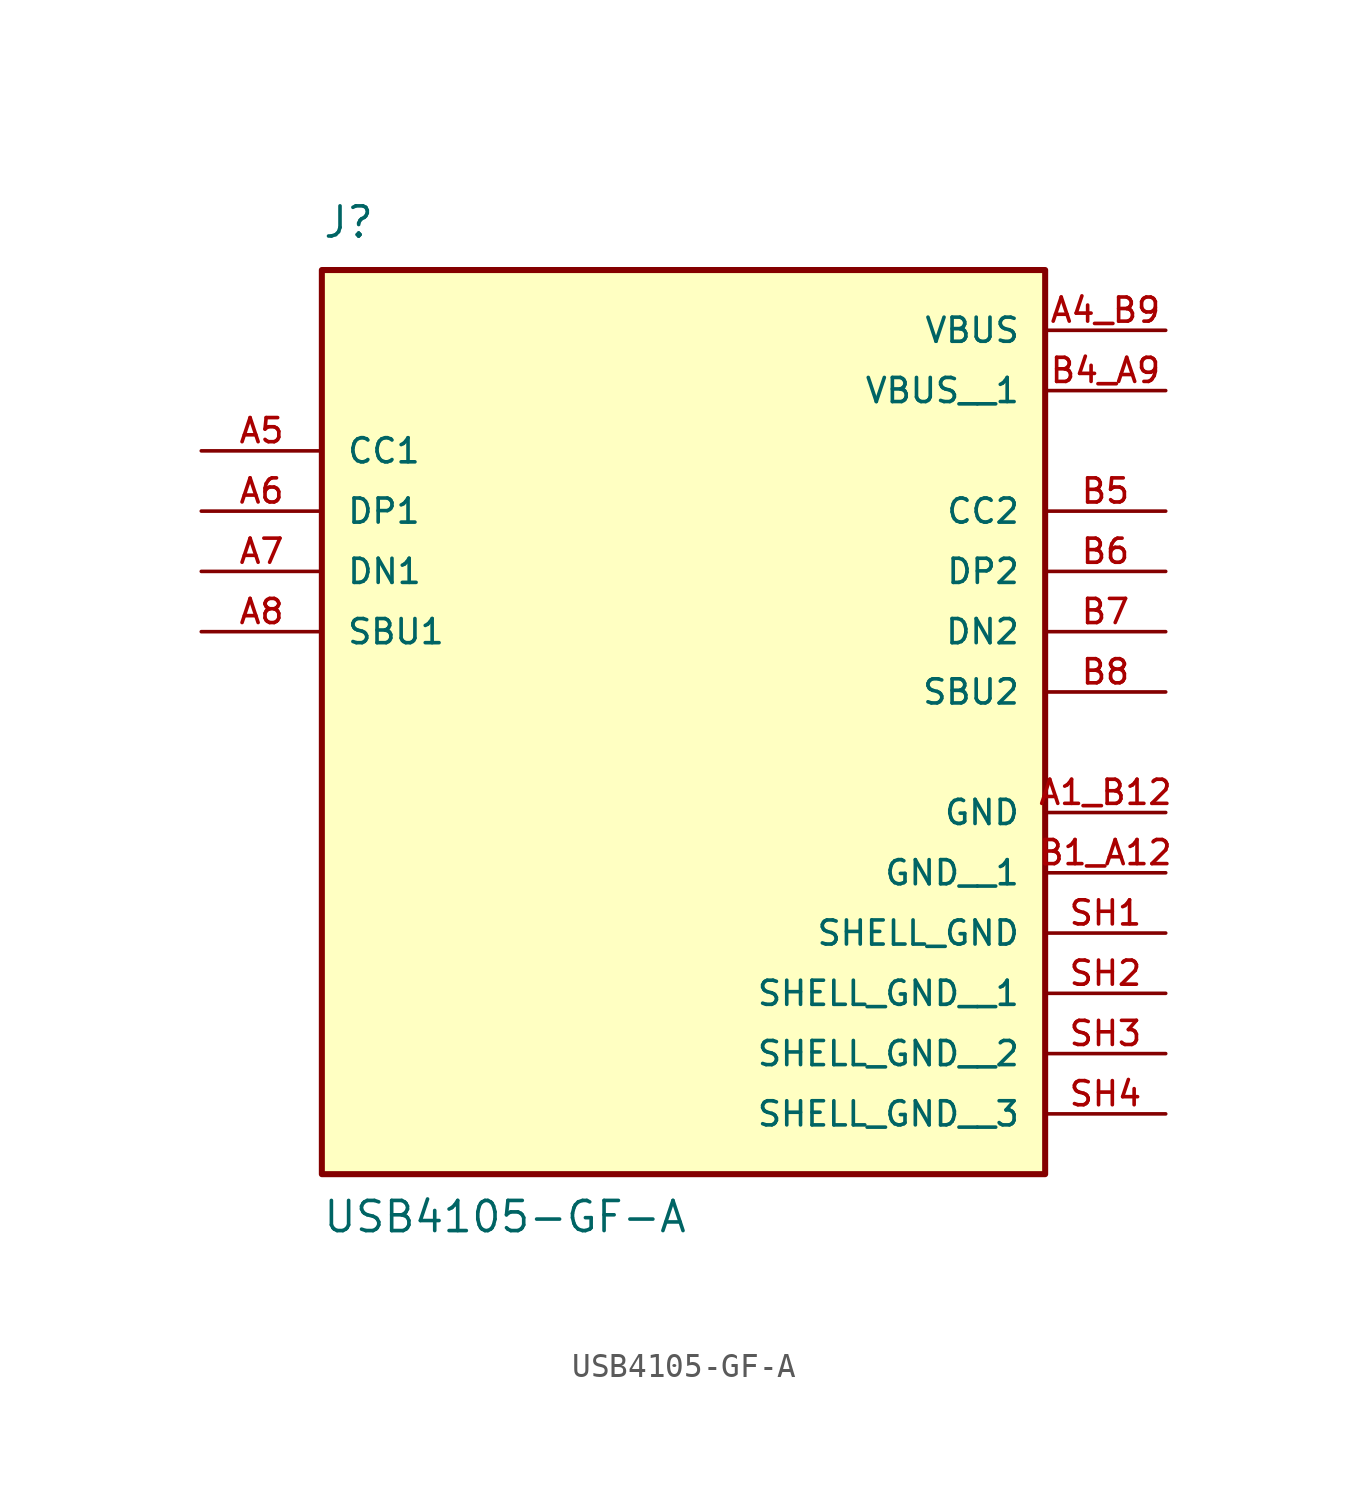
<source format=kicad_sym>
(kicad_symbol_lib
  (version 20211014)
  (generator kicad_symbol_editor)
  (symbol "USB4105-GF-A"
    (pin_names
      (offset 1.016))
    (property "Reference" "J"
      (at -15.24 13.97 0)
      (effects (font (size 1.27 1.27)) (justify left bottom)))
    (property "Value" "USB4105-GF-A"
      (at -15.24 -27.94 0)
      (effects (font (size 1.27 1.27)) (justify left bottom)))
    (symbol "USB4105-GF-A_0_0"
      (rectangle (start -15.24 -25.4) (end 15.24 12.7) (stroke (width 0.254) (type default) (color 0 0 0 0)) (fill (type background)))
      (pin power_in line (at 20.32 -10.16 180) (length 5.08) (name "GND" (effects (font (size 1.016 1.016)))) (number "A1_B12" (effects (font (size 1.016 1.016)))))
      (pin power_in line (at 20.32 10.16 180) (length 5.08) (name "VBUS" (effects (font (size 1.016 1.016)))) (number "A4_B9" (effects (font (size 1.016 1.016)))))
      (pin bidirectional line (at -20.32 5.08 0) (length 5.08) (name "CC1" (effects (font (size 1.016 1.016)))) (number "A5" (effects (font (size 1.016 1.016)))))
      (pin bidirectional line (at -20.32 2.54 0) (length 5.08) (name "DP1" (effects (font (size 1.016 1.016)))) (number "A6" (effects (font (size 1.016 1.016)))))
      (pin bidirectional line (at -20.32 0 0) (length 5.08) (name "DN1" (effects (font (size 1.016 1.016)))) (number "A7" (effects (font (size 1.016 1.016)))))
      (pin bidirectional line (at -20.32 -2.54 0) (length 5.08) (name "SBU1" (effects (font (size 1.016 1.016)))) (number "A8" (effects (font (size 1.016 1.016)))))
      (pin power_in line (at 20.32 -12.7 180) (length 5.08) (name "GND__1" (effects (font (size 1.016 1.016)))) (number "B1_A12" (effects (font (size 1.016 1.016)))))
      (pin power_in line (at 20.32 7.62 180) (length 5.08) (name "VBUS__1" (effects (font (size 1.016 1.016)))) (number "B4_A9" (effects (font (size 1.016 1.016)))))
      (pin bidirectional line (at 20.32 2.54 180) (length 5.08) (name "CC2" (effects (font (size 1.016 1.016)))) (number "B5" (effects (font (size 1.016 1.016)))))
      (pin bidirectional line (at 20.32 0 180) (length 5.08) (name "DP2" (effects (font (size 1.016 1.016)))) (number "B6" (effects (font (size 1.016 1.016)))))
      (pin bidirectional line (at 20.32 -2.54 180) (length 5.08) (name "DN2" (effects (font (size 1.016 1.016)))) (number "B7" (effects (font (size 1.016 1.016)))))
      (pin bidirectional line (at 20.32 -5.08 180) (length 5.08) (name "SBU2" (effects (font (size 1.016 1.016)))) (number "B8" (effects (font (size 1.016 1.016)))))
      (pin power_in line (at 20.32 -15.24 180) (length 5.08) (name "SHELL_GND" (effects (font (size 1.016 1.016)))) (number "SH1" (effects (font (size 1.016 1.016)))))
      (pin power_in line (at 20.32 -17.78 180) (length 5.08) (name "SHELL_GND__1" (effects (font (size 1.016 1.016)))) (number "SH2" (effects (font (size 1.016 1.016)))))
      (pin power_in line (at 20.32 -20.32 180) (length 5.08) (name "SHELL_GND__2" (effects (font (size 1.016 1.016)))) (number "SH3" (effects (font (size 1.016 1.016)))))
      (pin power_in line (at 20.32 -22.86 180) (length 5.08) (name "SHELL_GND__3" (effects (font (size 1.016 1.016)))) (number "SH4" (effects (font (size 1.016 1.016))))))))
</source>
